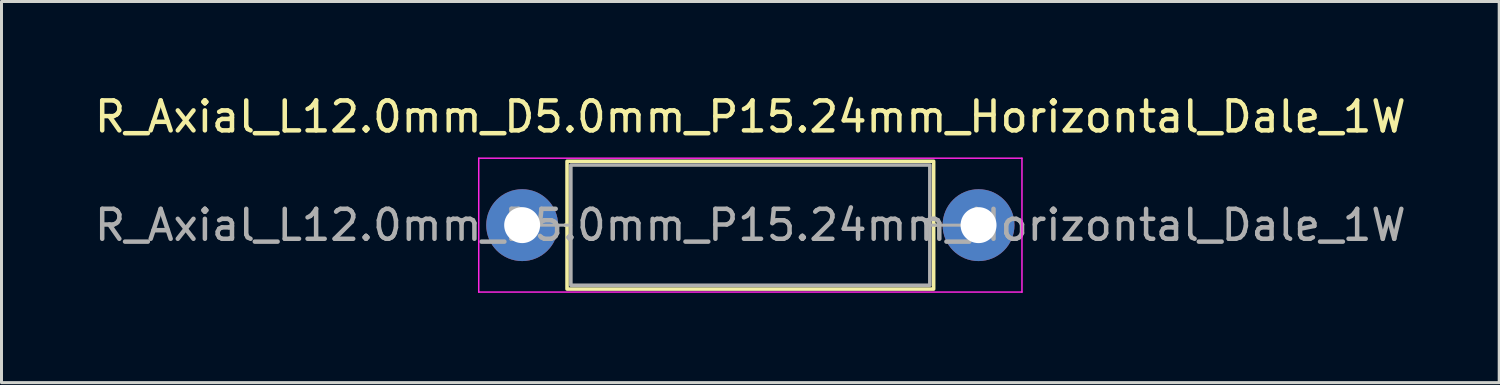
<source format=kicad_pcb>
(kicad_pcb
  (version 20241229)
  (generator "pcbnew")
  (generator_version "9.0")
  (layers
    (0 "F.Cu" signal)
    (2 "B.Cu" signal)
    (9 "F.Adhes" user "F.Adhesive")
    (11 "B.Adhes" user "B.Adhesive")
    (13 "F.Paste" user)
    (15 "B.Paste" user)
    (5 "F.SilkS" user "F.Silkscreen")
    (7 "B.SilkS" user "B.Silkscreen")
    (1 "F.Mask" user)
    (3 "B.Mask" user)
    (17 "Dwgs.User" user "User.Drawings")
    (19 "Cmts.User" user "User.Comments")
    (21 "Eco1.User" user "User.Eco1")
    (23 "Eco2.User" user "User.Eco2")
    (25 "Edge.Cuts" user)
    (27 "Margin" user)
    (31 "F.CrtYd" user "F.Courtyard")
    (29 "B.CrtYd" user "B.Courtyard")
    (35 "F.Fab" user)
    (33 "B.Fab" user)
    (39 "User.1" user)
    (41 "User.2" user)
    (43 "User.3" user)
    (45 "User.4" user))
  (footprint "R_Axial_L12.0mm_D5.0mm_P15.24mm_Horizontal_Dale_1W"
    (layer "F.Cu")
    (at 14.386 4.468)
    (property "Reference" "R_Axial_L12.0mm_D5.0mm_P15.24mm_Horizontal_Dale_1W" (at 7.62 -3.62 0) (layer "F.SilkS") (effects (font (size 1 1) (thickness 0.15))))
    (attr through_hole)
    (fp_line (start 1.44 0) (end 1.5 0) (stroke (width 0.12) (type solid)) (layer "F.SilkS"))
    (fp_line (start 13.8 0) (end 13.74 0) (stroke (width 0.12) (type solid)) (layer "F.SilkS"))
    (fp_rect (start 1.499 -2.134) (end 13.741 2.134) (stroke (width 0.12) (type solid)) (fill no) (layer "F.SilkS"))
    (fp_line (start -1.45 -2.235) (end -1.45 2.235) (stroke (width 0.05) (type solid)) (layer "F.CrtYd"))
    (fp_line (start -1.45 2.235) (end 16.69 2.235) (stroke (width 0.05) (type solid)) (layer "F.CrtYd"))
    (fp_line (start 16.69 -2.235) (end -1.45 -2.235) (stroke (width 0.05) (type solid)) (layer "F.CrtYd"))
    (fp_line (start 16.69 2.235) (end 16.69 -2.235) (stroke (width 0.05) (type solid)) (layer "F.CrtYd"))
    (fp_line (start 0 0) (end 1.62 0) (stroke (width 0.1) (type solid)) (layer "F.Fab"))
    (fp_line (start 15.24 0) (end 13.62 0) (stroke (width 0.1) (type solid)) (layer "F.Fab"))
    (fp_rect (start 1.626 -2.007) (end 13.614 2.007) (stroke (width 0.12) (type solid)) (fill no) (layer "F.Fab"))
    (fp_text user "${REFERENCE}" (at 7.62 0 0) (layer "F.Fab") (effects (font (size 1 1) (thickness 0.15))))
    (pad "1" thru_hole circle (at 0 0) (size 2.4 2.4) (drill 1.2) (layers "*.Cu" "*.Mask"))
    (pad "2" thru_hole circle (at 15.24 0) (size 2.4 2.4) (drill 1.2) (layers "*.Cu" "*.Mask")))
  (gr_rect
    (start -3 -3)
    (end 47.012 9.728)
    (stroke (width 0.1) (type default))
    (fill no)
    (layer "Edge.Cuts")))
</source>
